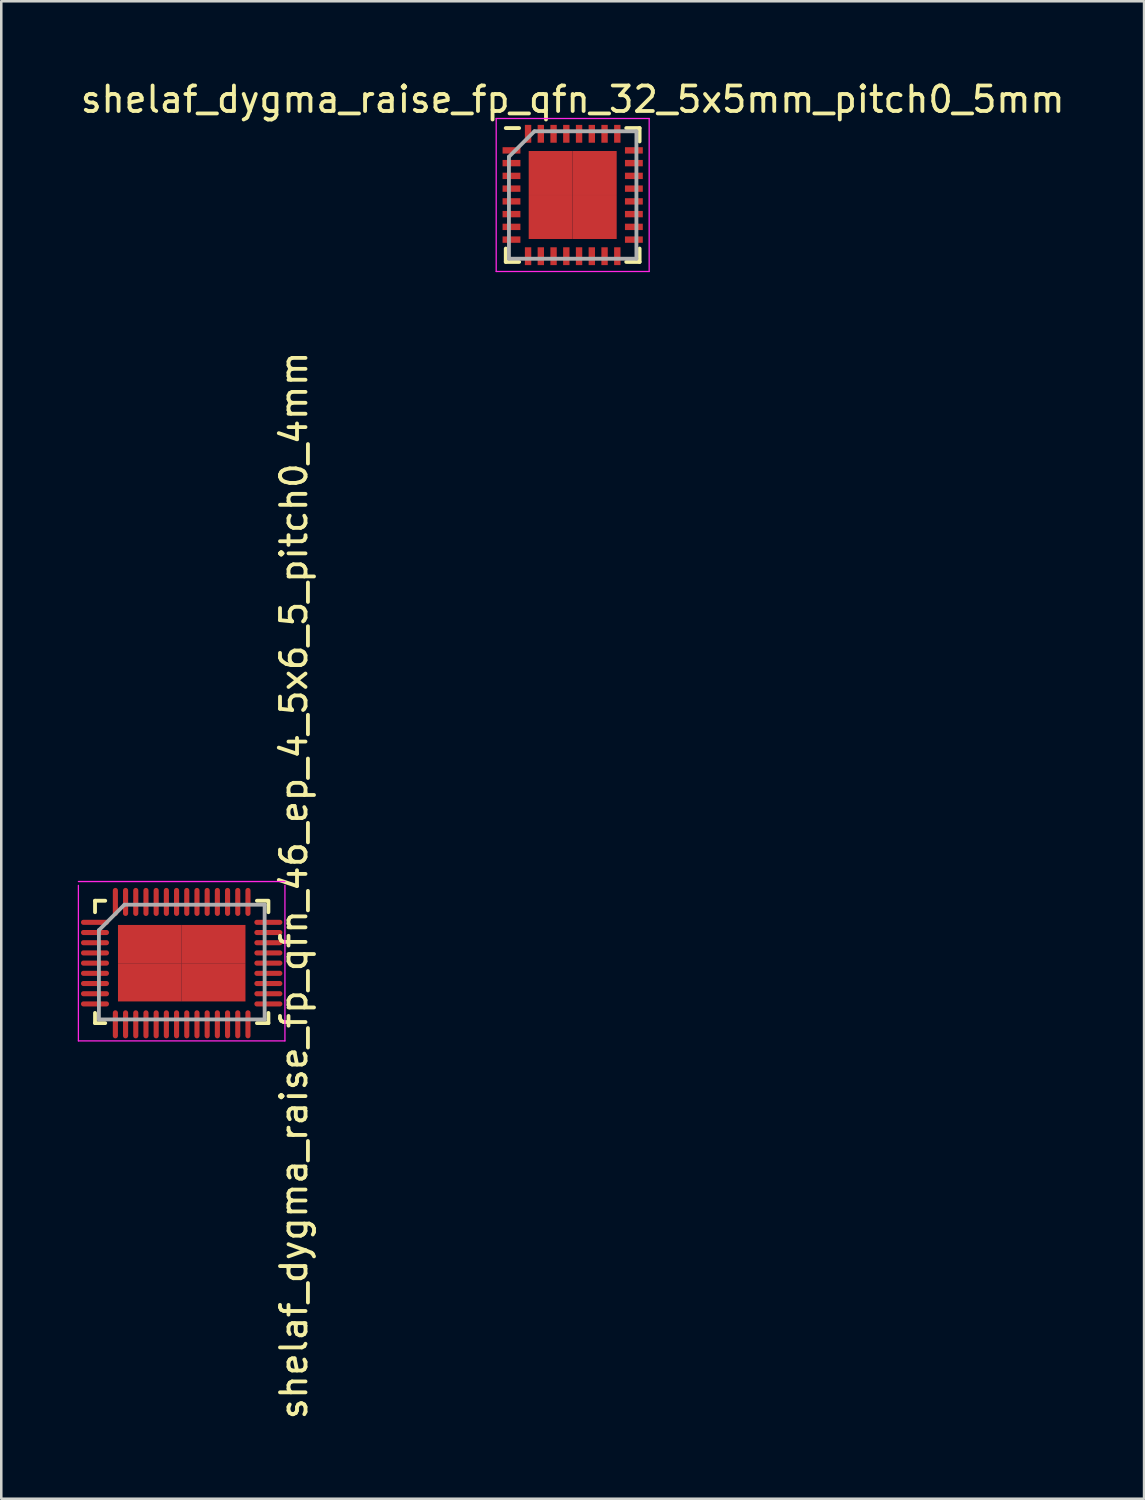
<source format=kicad_pcb>
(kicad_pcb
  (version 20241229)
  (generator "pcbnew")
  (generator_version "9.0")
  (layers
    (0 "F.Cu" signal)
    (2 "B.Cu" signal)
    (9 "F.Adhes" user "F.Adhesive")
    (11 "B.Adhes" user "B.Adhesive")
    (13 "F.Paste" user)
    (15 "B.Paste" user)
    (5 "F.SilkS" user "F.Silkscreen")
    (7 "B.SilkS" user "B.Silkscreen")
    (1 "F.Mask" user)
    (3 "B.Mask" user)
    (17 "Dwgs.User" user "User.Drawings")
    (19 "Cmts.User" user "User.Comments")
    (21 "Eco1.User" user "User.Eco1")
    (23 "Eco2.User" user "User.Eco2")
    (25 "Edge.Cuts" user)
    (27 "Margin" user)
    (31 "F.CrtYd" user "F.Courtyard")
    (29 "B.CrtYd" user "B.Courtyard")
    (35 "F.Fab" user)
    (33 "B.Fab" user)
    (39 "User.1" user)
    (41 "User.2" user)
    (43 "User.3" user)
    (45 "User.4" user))
  (footprint "shelaf_dygma_raise_fp_qfn_32_5x5mm_pitch0_5mm"
    (layer "F.Cu")
    (at 19.411 4.598)
    (property "Reference" "shelaf_dygma_raise_fp_qfn_32_5x5mm_pitch0_5mm" (at 0 -3.75 0) (layer "F.SilkS") (effects (font (size 1 1) (thickness 0.15))))
    (attr smd)
    (fp_line (start -2.625 -2.625) (end -2.1 -2.625) (stroke (width 0.15) (type solid)) (layer "F.SilkS"))
    (fp_line (start -2.625 2.625) (end -2.625 2.1) (stroke (width 0.15) (type solid)) (layer "F.SilkS"))
    (fp_line (start -2.625 2.625) (end -2.1 2.625) (stroke (width 0.15) (type solid)) (layer "F.SilkS"))
    (fp_line (start 2.625 -2.625) (end 2.1 -2.625) (stroke (width 0.15) (type solid)) (layer "F.SilkS"))
    (fp_line (start 2.625 -2.625) (end 2.625 -2.1) (stroke (width 0.15) (type solid)) (layer "F.SilkS"))
    (fp_line (start 2.625 2.625) (end 2.1 2.625) (stroke (width 0.15) (type solid)) (layer "F.SilkS"))
    (fp_line (start 2.625 2.625) (end 2.625 2.1) (stroke (width 0.15) (type solid)) (layer "F.SilkS"))
    (fp_line (start -3 -3) (end -3 3) (stroke (width 0.05) (type solid)) (layer "F.CrtYd"))
    (fp_line (start -3 -3) (end 3 -3) (stroke (width 0.05) (type solid)) (layer "F.CrtYd"))
    (fp_line (start -3 3) (end 3 3) (stroke (width 0.05) (type solid)) (layer "F.CrtYd"))
    (fp_line (start 3 -3) (end 3 3) (stroke (width 0.05) (type solid)) (layer "F.CrtYd"))
    (fp_line (start -2.5 -1.5) (end -1.5 -2.5) (stroke (width 0.15) (type solid)) (layer "F.Fab"))
    (fp_line (start -2.5 2.5) (end -2.5 -1.5) (stroke (width 0.15) (type solid)) (layer "F.Fab"))
    (fp_line (start -1.5 -2.5) (end 2.5 -2.5) (stroke (width 0.15) (type solid)) (layer "F.Fab"))
    (fp_line (start 2.5 -2.5) (end 2.5 2.5) (stroke (width 0.15) (type solid)) (layer "F.Fab"))
    (fp_line (start 2.5 2.5) (end -2.5 2.5) (stroke (width 0.15) (type solid)) (layer "F.Fab"))
    (pad "1" smd rect (at -2.4 -1.75) (size 0.7 0.25) (layers "F.Cu" "F.Mask" "F.Paste"))
    (pad "2" smd rect (at -2.4 -1.25) (size 0.7 0.25) (layers "F.Cu" "F.Mask" "F.Paste"))
    (pad "3" smd rect (at -2.4 -0.75) (size 0.7 0.25) (layers "F.Cu" "F.Mask" "F.Paste"))
    (pad "4" smd rect (at -2.4 -0.25) (size 0.7 0.25) (layers "F.Cu" "F.Mask" "F.Paste"))
    (pad "5" smd rect (at -2.4 0.25) (size 0.7 0.25) (layers "F.Cu" "F.Mask" "F.Paste"))
    (pad "6" smd rect (at -2.4 0.75) (size 0.7 0.25) (layers "F.Cu" "F.Mask" "F.Paste"))
    (pad "7" smd rect (at -2.4 1.25) (size 0.7 0.25) (layers "F.Cu" "F.Mask" "F.Paste"))
    (pad "8" smd rect (at -2.4 1.75) (size 0.7 0.25) (layers "F.Cu" "F.Mask" "F.Paste"))
    (pad "9" smd rect (at -1.75 2.4 90) (size 0.7 0.25) (layers "F.Cu" "F.Mask" "F.Paste"))
    (pad "10" smd rect (at -1.25 2.4 90) (size 0.7 0.25) (layers "F.Cu" "F.Mask" "F.Paste"))
    (pad "11" smd rect (at -0.75 2.4 90) (size 0.7 0.25) (layers "F.Cu" "F.Mask" "F.Paste"))
    (pad "12" smd rect (at -0.25 2.4 90) (size 0.7 0.25) (layers "F.Cu" "F.Mask" "F.Paste"))
    (pad "13" smd rect (at 0.25 2.4 90) (size 0.7 0.25) (layers "F.Cu" "F.Mask" "F.Paste"))
    (pad "14" smd rect (at 0.75 2.4 90) (size 0.7 0.25) (layers "F.Cu" "F.Mask" "F.Paste"))
    (pad "15" smd rect (at 1.25 2.4 90) (size 0.7 0.25) (layers "F.Cu" "F.Mask" "F.Paste"))
    (pad "16" smd rect (at 1.75 2.4 90) (size 0.7 0.25) (layers "F.Cu" "F.Mask" "F.Paste"))
    (pad "17" smd rect (at 2.4 1.75) (size 0.7 0.25) (layers "F.Cu" "F.Mask" "F.Paste"))
    (pad "18" smd rect (at 2.4 1.25) (size 0.7 0.25) (layers "F.Cu" "F.Mask" "F.Paste"))
    (pad "19" smd rect (at 2.4 0.75) (size 0.7 0.25) (layers "F.Cu" "F.Mask" "F.Paste"))
    (pad "20" smd rect (at 2.4 0.25) (size 0.7 0.25) (layers "F.Cu" "F.Mask" "F.Paste"))
    (pad "21" smd rect (at 2.4 -0.25) (size 0.7 0.25) (layers "F.Cu" "F.Mask" "F.Paste"))
    (pad "22" smd rect (at 2.4 -0.75) (size 0.7 0.25) (layers "F.Cu" "F.Mask" "F.Paste"))
    (pad "23" smd rect (at 2.4 -1.25) (size 0.7 0.25) (layers "F.Cu" "F.Mask" "F.Paste"))
    (pad "24" smd rect (at 2.4 -1.75) (size 0.7 0.25) (layers "F.Cu" "F.Mask" "F.Paste"))
    (pad "25" smd rect (at 1.75 -2.4 90) (size 0.7 0.25) (layers "F.Cu" "F.Mask" "F.Paste"))
    (pad "26" smd rect (at 1.25 -2.4 90) (size 0.7 0.25) (layers "F.Cu" "F.Mask" "F.Paste"))
    (pad "27" smd rect (at 0.75 -2.4 90) (size 0.7 0.25) (layers "F.Cu" "F.Mask" "F.Paste"))
    (pad "28" smd rect (at 0.25 -2.4 90) (size 0.7 0.25) (layers "F.Cu" "F.Mask" "F.Paste"))
    (pad "29" smd rect (at -0.25 -2.4 90) (size 0.7 0.25) (layers "F.Cu" "F.Mask" "F.Paste"))
    (pad "30" smd rect (at -0.75 -2.4 90) (size 0.7 0.25) (layers "F.Cu" "F.Mask" "F.Paste"))
    (pad "31" smd rect (at -1.25 -2.4 90) (size 0.7 0.25) (layers "F.Cu" "F.Mask" "F.Paste"))
    (pad "32" smd rect (at -1.75 -2.4 90) (size 0.7 0.25) (layers "F.Cu" "F.Mask" "F.Paste"))
    (pad "33" smd rect (at -0.863 -0.863) (size 1.725 1.725) (layers "F.Cu" "F.Mask" "F.Paste"))
    (pad "33" smd rect (at -0.863 0.863) (size 1.725 1.725) (layers "F.Cu" "F.Mask" "F.Paste"))
    (pad "33" smd rect (at 0.863 -0.863) (size 1.725 1.725) (layers "F.Cu" "F.Mask" "F.Paste"))
    (pad "33" smd rect (at 0.863 0.863) (size 1.725 1.725) (layers "F.Cu" "F.Mask" "F.Paste")))
  (footprint "shelaf_dygma_raise_fp_qfn_46_ep_4_5x6_5_pitch0_4mm"
    (layer "F.Cu")
    (at 4.077 34.727)
    (property "Reference" "shelaf_dygma_raise_fp_qfn_46_ep_4_5x6_5_pitch0_4mm" (at 4.4 -3.05 270) (layer "F.SilkS") (effects (font (size 1 1) (thickness 0.15))))
    (attr smd)
    (fp_line (start -3.4 -2.45) (end -3.4 -2) (stroke (width 0.15) (type solid)) (layer "F.SilkS"))
    (fp_line (start -3.4 2.35) (end -3.4 1.95) (stroke (width 0.15) (type solid)) (layer "F.SilkS"))
    (fp_line (start -3.4 2.35) (end -3 2.35) (stroke (width 0.15) (type solid)) (layer "F.SilkS"))
    (fp_line (start -3 -2.45) (end -3.4 -2.45) (stroke (width 0.15) (type solid)) (layer "F.SilkS"))
    (fp_line (start 3.4 -2.45) (end 2.95 -2.45) (stroke (width 0.15) (type solid)) (layer "F.SilkS"))
    (fp_line (start 3.4 -2.4) (end 3.4 -2) (stroke (width 0.15) (type solid)) (layer "F.SilkS"))
    (fp_line (start 3.4 1.95) (end 3.4 2.35) (stroke (width 0.15) (type solid)) (layer "F.SilkS"))
    (fp_line (start 3.4 2.35) (end 2.95 2.35) (stroke (width 0.15) (type solid)) (layer "F.SilkS"))
    (fp_line (start -4.052 -3.203) (end 4.048 -3.203) (stroke (width 0.05) (type solid)) (layer "F.CrtYd"))
    (fp_line (start -4.052 3.047) (end -4.052 -3.053) (stroke (width 0.05) (type solid)) (layer "F.CrtYd"))
    (fp_line (start 4.048 -3.053) (end 4.048 3.047) (stroke (width 0.05) (type solid)) (layer "F.CrtYd"))
    (fp_line (start 4.048 3.047) (end -4.052 3.047) (stroke (width 0.05) (type solid)) (layer "F.CrtYd"))
    (fp_line (start -3.248 -1.294) (end -2.248 -2.294) (stroke (width 0.15) (type solid)) (layer "F.Fab"))
    (fp_line (start -3.248 2.206) (end -3.248 -1.294) (stroke (width 0.15) (type solid)) (layer "F.Fab"))
    (fp_line (start -2.248 -2.294) (end 3.252 -2.294) (stroke (width 0.15) (type solid)) (layer "F.Fab"))
    (fp_line (start 3.252 -2.294) (end 3.252 2.206) (stroke (width 0.15) (type solid)) (layer "F.Fab"))
    (fp_line (start 3.252 2.206) (end -3.248 2.206) (stroke (width 0.15) (type solid)) (layer "F.Fab"))
    (pad "1" smd oval (at -3.402 -1.603 90) (size 0.2 1.1) (layers "F.Cu" "F.Mask" "F.Paste"))
    (pad "2" smd oval (at -3.402 -1.203 90) (size 0.2 1.1) (layers "F.Cu" "F.Mask" "F.Paste"))
    (pad "3" smd oval (at -3.402 -0.803 90) (size 0.2 1.1) (layers "F.Cu" "F.Mask" "F.Paste"))
    (pad "4" smd oval (at -3.402 -0.403 90) (size 0.2 1.1) (layers "F.Cu" "F.Mask" "F.Paste"))
    (pad "5" smd oval (at -3.402 -0.003 90) (size 0.2 1.1) (layers "F.Cu" "F.Mask" "F.Paste"))
    (pad "6" smd oval (at -3.402 0.397 90) (size 0.2 1.1) (layers "F.Cu" "F.Mask" "F.Paste"))
    (pad "7" smd oval (at -3.402 0.797 90) (size 0.2 1.1) (layers "F.Cu" "F.Mask" "F.Paste"))
    (pad "8" smd oval (at -3.402 1.197 90) (size 0.2 1.1) (layers "F.Cu" "F.Mask" "F.Paste"))
    (pad "9" smd oval (at -3.402 1.597 90) (size 0.2 1.1) (layers "F.Cu" "F.Mask" "F.Paste"))
    (pad "10" smd oval (at -2.602 2.397 180) (size 0.2 1.1) (layers "F.Cu" "F.Mask" "F.Paste"))
    (pad "11" smd oval (at -2.202 2.397 180) (size 0.2 1.1) (layers "F.Cu" "F.Mask" "F.Paste"))
    (pad "12" smd oval (at -1.802 2.397 180) (size 0.2 1.1) (layers "F.Cu" "F.Mask" "F.Paste"))
    (pad "13" smd oval (at -1.402 2.397 180) (size 0.2 1.1) (layers "F.Cu" "F.Mask" "F.Paste"))
    (pad "14" smd oval (at -1.002 2.397 180) (size 0.2 1.1) (layers "F.Cu" "F.Mask" "F.Paste"))
    (pad "15" smd oval (at -0.602 2.397 180) (size 0.2 1.1) (layers "F.Cu" "F.Mask" "F.Paste"))
    (pad "16" smd oval (at -0.202 2.397 180) (size 0.2 1.1) (layers "F.Cu" "F.Mask" "F.Paste"))
    (pad "17" smd oval (at 0.198 2.397 180) (size 0.2 1.1) (layers "F.Cu" "F.Mask" "F.Paste"))
    (pad "18" smd oval (at 0.598 2.397 180) (size 0.2 1.1) (layers "F.Cu" "F.Mask" "F.Paste"))
    (pad "19" smd oval (at 0.998 2.397 180) (size 0.2 1.1) (layers "F.Cu" "F.Mask" "F.Paste"))
    (pad "20" smd oval (at 1.398 2.397 180) (size 0.2 1.1) (layers "F.Cu" "F.Mask" "F.Paste"))
    (pad "21" smd oval (at 1.798 2.397 180) (size 0.2 1.1) (layers "F.Cu" "F.Mask" "F.Paste"))
    (pad "22" smd oval (at 2.198 2.397 180) (size 0.2 1.1) (layers "F.Cu" "F.Mask" "F.Paste"))
    (pad "23" smd oval (at 2.598 2.397 180) (size 0.2 1.1) (layers "F.Cu" "F.Mask" "F.Paste"))
    (pad "24" smd oval (at 3.398 1.597 90) (size 0.2 1.1) (layers "F.Cu" "F.Mask" "F.Paste"))
    (pad "25" smd oval (at 3.398 1.197 90) (size 0.2 1.1) (layers "F.Cu" "F.Mask" "F.Paste"))
    (pad "26" smd oval (at 3.398 0.797 90) (size 0.2 1.1) (layers "F.Cu" "F.Mask" "F.Paste"))
    (pad "27" smd oval (at 3.398 0.397 90) (size 0.2 1.1) (layers "F.Cu" "F.Mask" "F.Paste"))
    (pad "28" smd oval (at 3.398 -0.003 90) (size 0.2 1.1) (layers "F.Cu" "F.Mask" "F.Paste"))
    (pad "29" smd oval (at 3.398 -0.403 90) (size 0.2 1.1) (layers "F.Cu" "F.Mask" "F.Paste"))
    (pad "30" smd oval (at 3.398 -0.803 90) (size 0.2 1.1) (layers "F.Cu" "F.Mask" "F.Paste"))
    (pad "31" smd oval (at 3.398 -1.203 90) (size 0.2 1.1) (layers "F.Cu" "F.Mask" "F.Paste"))
    (pad "32" smd oval (at 3.398 -1.603 90) (size 0.2 1.1) (layers "F.Cu" "F.Mask" "F.Paste"))
    (pad "33" smd oval (at 2.598 -2.403 180) (size 0.2 1.1) (layers "F.Cu" "F.Mask" "F.Paste"))
    (pad "34" smd oval (at 2.198 -2.403 180) (size 0.2 1.1) (layers "F.Cu" "F.Mask" "F.Paste"))
    (pad "35" smd oval (at 1.798 -2.403 180) (size 0.2 1.1) (layers "F.Cu" "F.Mask" "F.Paste"))
    (pad "36" smd oval (at 1.398 -2.403 180) (size 0.2 1.1) (layers "F.Cu" "F.Mask" "F.Paste"))
    (pad "37" smd oval (at 0.998 -2.403 180) (size 0.2 1.1) (layers "F.Cu" "F.Mask" "F.Paste"))
    (pad "38" smd oval (at 0.598 -2.403 180) (size 0.2 1.1) (layers "F.Cu" "F.Mask" "F.Paste"))
    (pad "39" smd oval (at 0.198 -2.403 180) (size 0.2 1.1) (layers "F.Cu" "F.Mask" "F.Paste"))
    (pad "40" smd oval (at -0.202 -2.403 180) (size 0.2 1.1) (layers "F.Cu" "F.Mask" "F.Paste"))
    (pad "41" smd oval (at -0.602 -2.403 180) (size 0.2 1.1) (layers "F.Cu" "F.Mask" "F.Paste"))
    (pad "42" smd oval (at -1.002 -2.403 180) (size 0.2 1.1) (layers "F.Cu" "F.Mask" "F.Paste"))
    (pad "43" smd oval (at -1.402 -2.403 180) (size 0.2 1.1) (layers "F.Cu" "F.Mask" "F.Paste"))
    (pad "44" smd oval (at -1.802 -2.403 180) (size 0.2 1.1) (layers "F.Cu" "F.Mask" "F.Paste"))
    (pad "45" smd oval (at -2.202 -2.403 180) (size 0.2 1.1) (layers "F.Cu" "F.Mask" "F.Paste"))
    (pad "46" smd oval (at -2.602 -2.403 180) (size 0.2 1.1) (layers "F.Cu" "F.Mask" "F.Paste"))
    (pad "47" smd rect (at -1.25 -0.75) (size 2.5 1.5) (layers "F.Cu" "F.Mask" "F.Paste"))
    (pad "47" smd rect (at -1.25 0.75) (size 2.5 1.5) (layers "F.Cu" "F.Mask" "F.Paste"))
    (pad "47" smd rect (at 1.25 -0.75) (size 2.5 1.5) (layers "F.Cu" "F.Mask" "F.Paste"))
    (pad "47" smd rect (at 1.25 0.75) (size 2.5 1.5) (layers "F.Cu" "F.Mask" "F.Paste")))
  (gr_rect
    (start -3 -3)
    (end 41.821 55.73)
    (stroke (width 0.1) (type default))
    (fill no)
    (layer "Edge.Cuts")))
</source>
